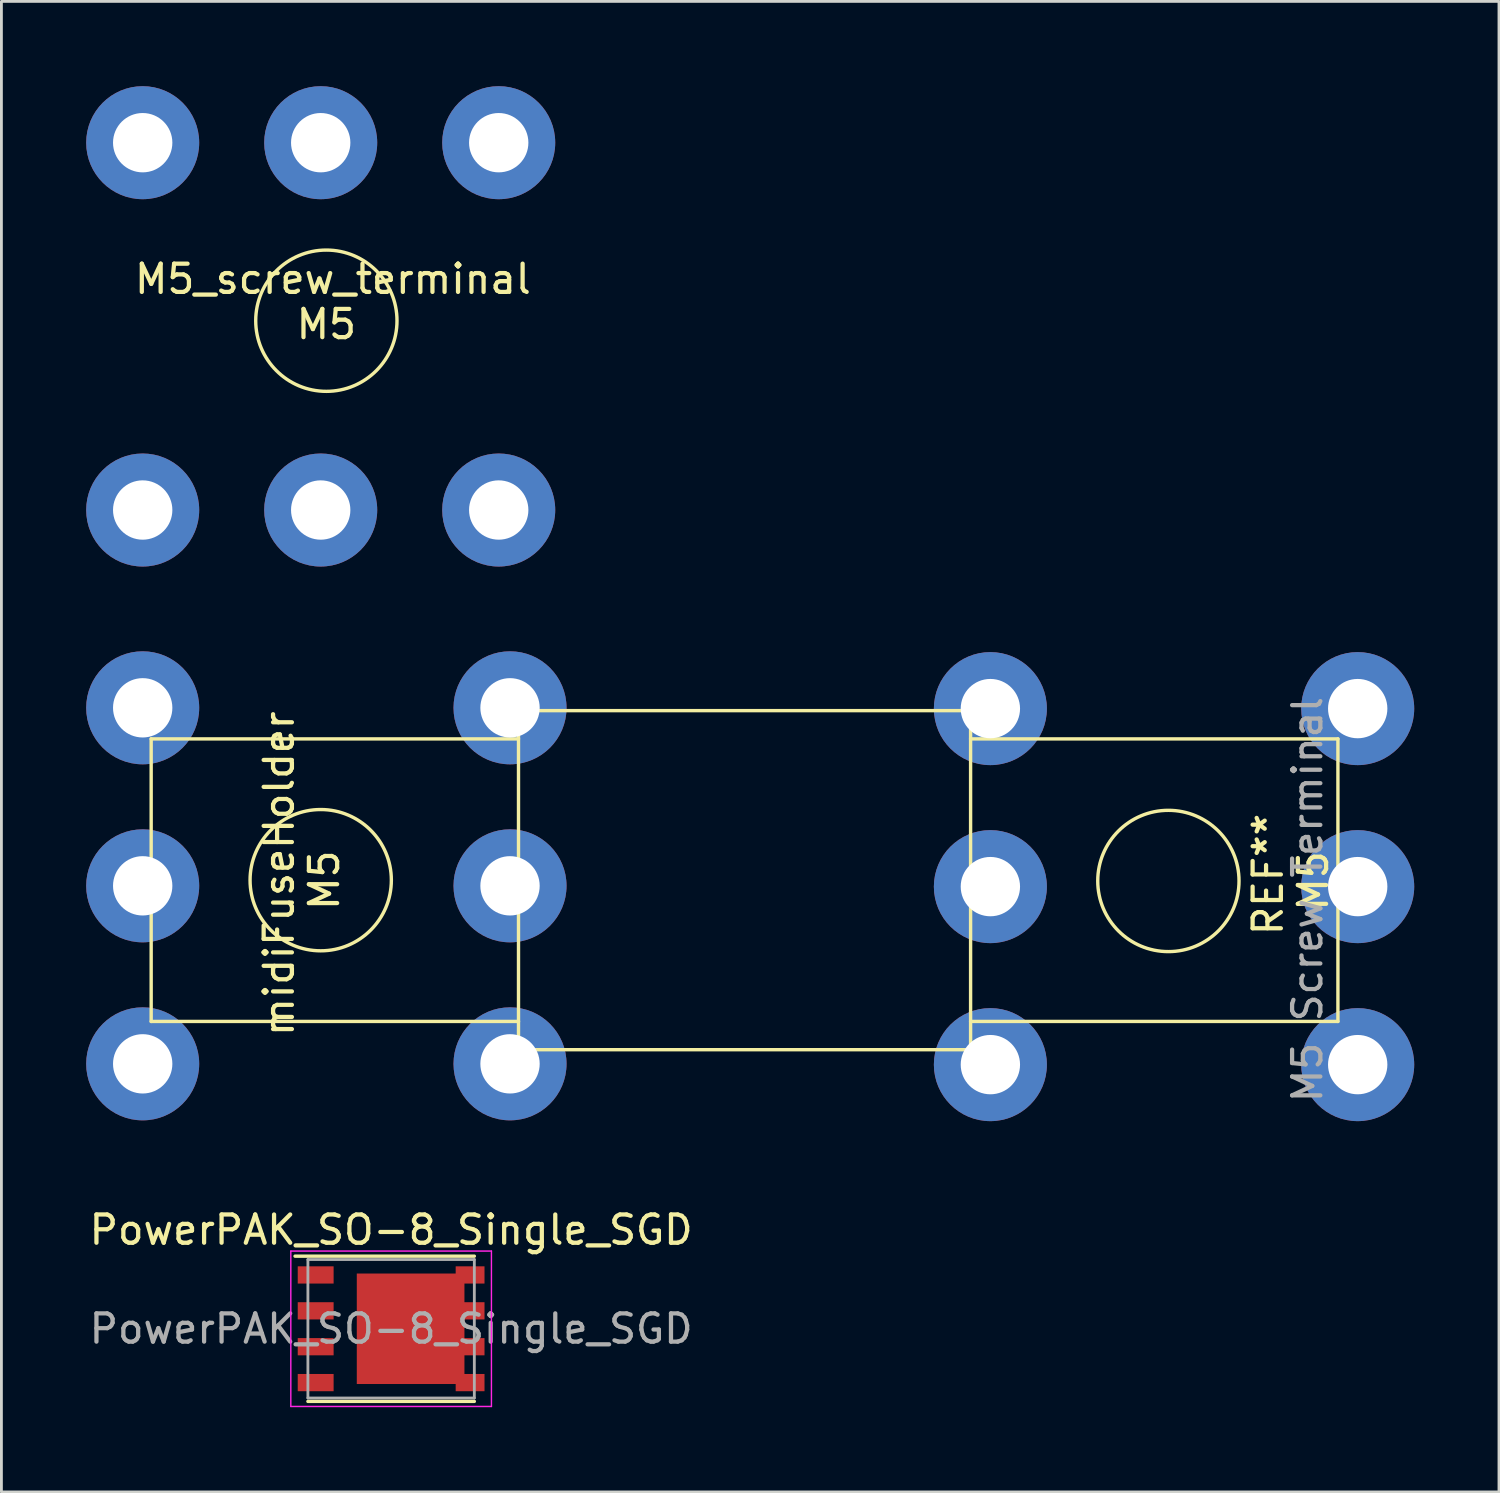
<source format=kicad_pcb>
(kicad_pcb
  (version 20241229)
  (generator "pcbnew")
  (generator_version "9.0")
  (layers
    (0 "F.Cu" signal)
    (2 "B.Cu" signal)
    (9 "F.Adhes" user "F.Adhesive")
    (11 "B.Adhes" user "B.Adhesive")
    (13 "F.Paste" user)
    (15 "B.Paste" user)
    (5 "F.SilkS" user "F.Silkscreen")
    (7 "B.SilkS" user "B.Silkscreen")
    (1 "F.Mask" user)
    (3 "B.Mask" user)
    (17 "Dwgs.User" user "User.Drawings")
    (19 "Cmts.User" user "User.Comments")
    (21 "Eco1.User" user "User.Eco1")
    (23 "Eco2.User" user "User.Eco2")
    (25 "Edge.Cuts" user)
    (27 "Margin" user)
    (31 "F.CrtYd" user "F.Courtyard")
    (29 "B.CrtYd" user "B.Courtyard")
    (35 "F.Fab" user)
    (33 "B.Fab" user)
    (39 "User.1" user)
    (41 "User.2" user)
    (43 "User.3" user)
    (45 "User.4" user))
  (footprint "M5_screw_terminal"
    (layer "F.Cu")
    (at 8.5 8.3)
    (property "Reference" "M5_screw_terminal" (at 0.231 -1.474 0) (layer "F.SilkS") (effects (font (size 1 1) (thickness 0.15))))
    (attr through_hole)
    (fp_circle (center 0 0) (end 2.5 0) (stroke (width 0.12) (type solid)) (fill no) (layer "F.SilkS"))
    (fp_text user "M5" (at 0 0.127 0) (layer "F.SilkS") (effects (font (size 1 1) (thickness 0.15))))
    (pad "1" thru_hole circle (at -6.5 -6.3) (size 4 4) (drill oval 2.1) (layers "*.Cu" "*.Mask"))
    (pad "1" thru_hole circle (at -6.5 6.7) (size 4 4) (drill oval 2.1) (layers "*.Cu" "*.Mask"))
    (pad "1" thru_hole circle (at -0.2 -6.3) (size 4 4) (drill oval 2.1) (layers "*.Cu" "*.Mask"))
    (pad "1" thru_hole circle (at -0.2 6.7) (size 4 4) (drill oval 2.1) (layers "*.Cu" "*.Mask"))
    (pad "1" thru_hole circle (at 6.1 -6.3) (size 4 4) (drill oval 2.1) (layers "*.Cu" "*.Mask"))
    (pad "1" thru_hole circle (at 6.1 6.7) (size 4 4) (drill oval 2.1) (layers "*.Cu" "*.Mask")))
  (footprint "midiFuseHolder"
    (layer "F.Cu")
    (at 8.3 28.1)
    (property "Reference" "midiFuseHolder" (at -1.474 -0.231 90) (layer "F.SilkS") (effects (font (size 1 1) (thickness 0.15))))
    (attr through_hole)
    (fp_line (start -6 -5) (end -6 5) (stroke (width 0.12) (type solid)) (layer "F.SilkS"))
    (fp_line (start -6 5) (end 7 5) (stroke (width 0.12) (type solid)) (layer "F.SilkS"))
    (fp_line (start 7 -6) (end 7 6) (stroke (width 0.12) (type solid)) (layer "F.SilkS"))
    (fp_line (start 7 -5) (end -6 -5) (stroke (width 0.12) (type solid)) (layer "F.SilkS"))
    (fp_line (start 7 6) (end 23 6) (stroke (width 0.12) (type solid)) (layer "F.SilkS"))
    (fp_line (start 23 -6) (end 7 -6) (stroke (width 0.12) (type solid)) (layer "F.SilkS"))
    (fp_line (start 23 5) (end 36 5) (stroke (width 0.12) (type solid)) (layer "F.SilkS"))
    (fp_line (start 23 6) (end 23 -6) (stroke (width 0.12) (type solid)) (layer "F.SilkS"))
    (fp_line (start 36 -5) (end 23 -5) (stroke (width 0.12) (type solid)) (layer "F.SilkS"))
    (fp_line (start 36 5) (end 36 -5) (stroke (width 0.12) (type solid)) (layer "F.SilkS"))
    (fp_circle (center 0 0) (end 0 -2.5) (stroke (width 0.12) (type solid)) (fill no) (layer "F.SilkS"))
    (fp_circle (center 30 0.028) (end 30 -2.472) (stroke (width 0.12) (type solid)) (fill no) (layer "F.SilkS"))
    (fp_text user "M5" (at 35.127 0.028 90) (layer "F.SilkS") (effects (font (size 1 1) (thickness 0.15))))
    (fp_text user "REF**" (at 33.526 -0.203 90) (layer "F.SilkS") (effects (font (size 1 1) (thickness 0.15))))
    (fp_text user "M5" (at 0.127 0 90) (layer "F.SilkS") (effects (font (size 1 1) (thickness 0.15))))
    (fp_text user "M5 Screw Terminal" (at 34.923 0.686 90) (layer "F.Fab") (effects (font (size 1 1) (thickness 0.15))))
    (pad "1" thru_hole circle (at -6.3 -6.1 90) (size 4 4) (drill oval 2.1) (layers "*.Cu" "*.Mask"))
    (pad "1" thru_hole circle (at -6.3 0.2 90) (size 4 4) (drill oval 2.1) (layers "*.Cu" "*.Mask"))
    (pad "1" thru_hole circle (at -6.3 6.5 90) (size 4 4) (drill oval 2.1) (layers "*.Cu" "*.Mask"))
    (pad "1" thru_hole circle (at 6.7 -6.1 90) (size 4 4) (drill oval 2.1) (layers "*.Cu" "*.Mask"))
    (pad "1" thru_hole circle (at 6.7 0.2 90) (size 4 4) (drill oval 2.1) (layers "*.Cu" "*.Mask"))
    (pad "1" thru_hole circle (at 6.7 6.5 90) (size 4 4) (drill oval 2.1) (layers "*.Cu" "*.Mask"))
    (pad "2" thru_hole circle (at 23.7 -6.072 90) (size 4 4) (drill oval 2.1) (layers "*.Cu" "*.Mask"))
    (pad "2" thru_hole circle (at 23.7 0.228 90) (size 4 4) (drill oval 2.1) (layers "*.Cu" "*.Mask"))
    (pad "2" thru_hole circle (at 23.7 6.528 90) (size 4 4) (drill oval 2.1) (layers "*.Cu" "*.Mask"))
    (pad "2" thru_hole circle (at 36.7 -6.072 90) (size 4 4) (drill oval 2.1) (layers "*.Cu" "*.Mask"))
    (pad "2" thru_hole circle (at 36.7 0.228 90) (size 4 4) (drill oval 2.1) (layers "*.Cu" "*.Mask"))
    (pad "2" thru_hole circle (at 36.7 6.528 90) (size 4 4) (drill oval 2.1) (layers "*.Cu" "*.Mask")))
  (footprint "PowerPAK_SO-8_Single_SGD"
    (layer "F.Cu")
    (at 10.792 43.976)
    (property "Reference" "PowerPAK_SO-8_Single_SGD" (at 0 -3.5 0) (layer "F.SilkS") (effects (font (size 1 1) (thickness 0.15))))
    (attr smd)
    (fp_line (start -3.4 -2.57) (end 2.945 -2.57) (stroke (width 0.12) (type solid)) (layer "F.SilkS"))
    (fp_line (start -2.945 2.57) (end 2.945 2.57) (stroke (width 0.12) (type solid)) (layer "F.SilkS"))
    (fp_line (start -3.55 -2.75) (end -3.55 2.75) (stroke (width 0.05) (type solid)) (layer "F.CrtYd"))
    (fp_line (start -3.55 -2.75) (end 3.55 -2.75) (stroke (width 0.05) (type solid)) (layer "F.CrtYd"))
    (fp_line (start -3.55 2.75) (end 3.55 2.75) (stroke (width 0.05) (type solid)) (layer "F.CrtYd"))
    (fp_line (start 3.55 -2.75) (end 3.55 2.75) (stroke (width 0.05) (type solid)) (layer "F.CrtYd"))
    (fp_line (start -2.945 -2.45) (end 2.945 -2.45) (stroke (width 0.1) (type solid)) (layer "F.Fab"))
    (fp_line (start -2.945 2.45) (end -2.945 -2.45) (stroke (width 0.1) (type solid)) (layer "F.Fab"))
    (fp_line (start 2.945 -2.45) (end 2.945 2.45) (stroke (width 0.1) (type solid)) (layer "F.Fab"))
    (fp_line (start 2.945 2.45) (end -2.945 2.45) (stroke (width 0.1) (type solid)) (layer "F.Fab"))
    (fp_text user "${REFERENCE}" (at 0 0 0) (layer "F.Fab") (effects (font (size 1 1) (thickness 0.15))))
    (pad "1" smd rect (at -2.67 -1.905) (size 1.27 0.61) (layers "F.Cu" "F.Mask" "F.Paste"))
    (pad "1" smd rect (at -2.67 -0.635) (size 1.27 0.61) (layers "F.Cu" "F.Mask" "F.Paste"))
    (pad "1" smd rect (at -2.67 0.635) (size 1.27 0.61) (layers "F.Cu" "F.Mask" "F.Paste"))
    (pad "2" smd rect (at -2.67 1.905) (size 1.27 0.61) (layers "F.Cu" "F.Mask" "F.Paste"))
    (pad "3" smd rect (at 0.69 0) (size 3.81 3.91) (layers "F.Cu" "F.Mask" "F.Paste"))
    (pad "3" smd rect (at 2.795 -1.905) (size 1.02 0.61) (layers "F.Cu" "F.Mask" "F.Paste"))
    (pad "3" smd rect (at 2.795 -0.635) (size 1.02 0.61) (layers "F.Cu" "F.Mask" "F.Paste"))
    (pad "3" smd rect (at 2.795 0.635) (size 1.02 0.61) (layers "F.Cu" "F.Mask" "F.Paste"))
    (pad "3" smd rect (at 2.795 1.905) (size 1.02 0.61) (layers "F.Cu" "F.Mask" "F.Paste")))
  (gr_rect
    (start -3 -3)
    (end 50 49.751)
    (stroke (width 0.1) (type default))
    (fill no)
    (layer "Edge.Cuts")))
</source>
